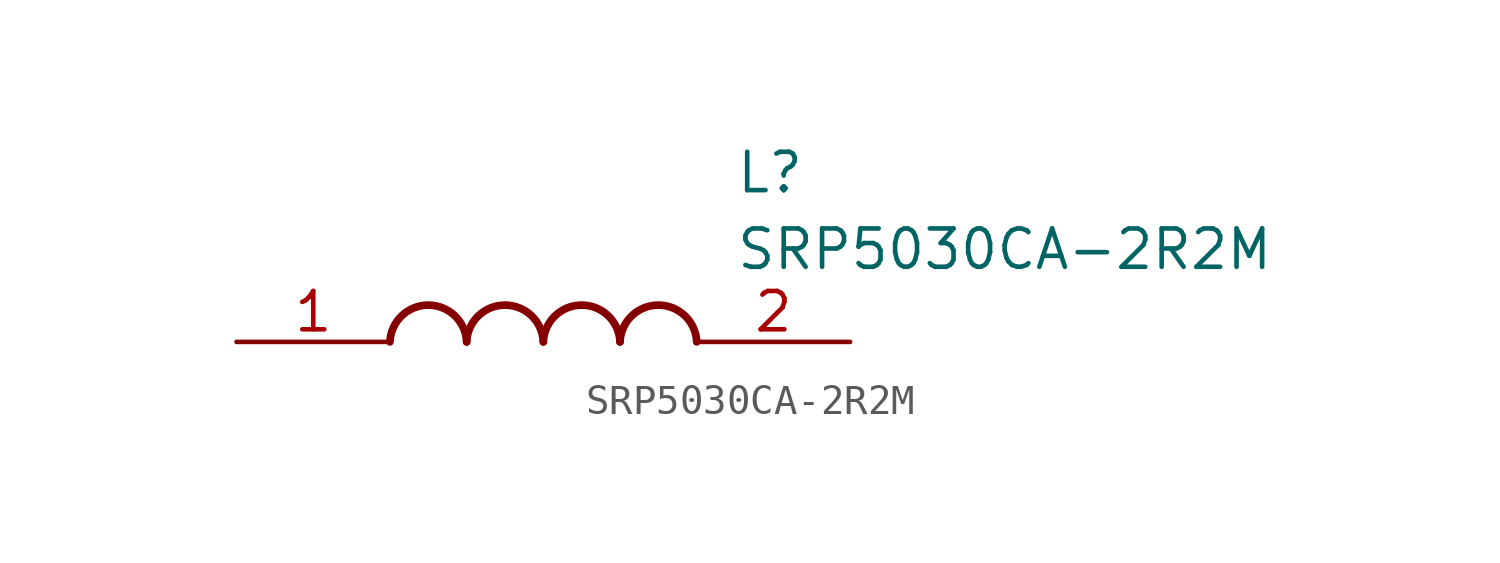
<source format=kicad_sym>
(kicad_symbol_lib
  (version 20211014)
  (generator SamacSys_ECAD_Model)
  (symbol "SRP5030CA-2R2M"
    (pin_names hide)
    (property "Reference" "L"
      (at 16.51 6.35 0)
      (effects (font (size 1.27 1.27)) (justify left top)))
    (property "Value" "SRP5030CA-2R2M"
      (at 16.51 3.81 0)
      (effects (font (size 1.27 1.27)) (justify left top)))
    (arc
      (start 7.62 0)
      (mid 6.35 1.219)
      (end 5.08 0)
      (stroke (width 0.254) (type default))
      (fill (type none)))
    (arc
      (start 10.16 0)
      (mid 8.89 1.219)
      (end 7.62 0)
      (stroke (width 0.254) (type default))
      (fill (type none)))
    (arc
      (start 12.7 0)
      (mid 11.43 1.219)
      (end 10.16 0)
      (stroke (width 0.254) (type default))
      (fill (type none)))
    (arc
      (start 15.24 0)
      (mid 13.97 1.219)
      (end 12.7 0)
      (stroke (width 0.254) (type default))
      (fill (type none)))
    (pin passive line
      (at 0 0 0)
      (length 5.08)
      (name "1" (effects (font (size 1.27 1.27))))
      (number "1" (effects (font (size 1.27 1.27)))))
    (pin passive line
      (at 20.32 0 180)
      (length 5.08)
      (name "2" (effects (font (size 1.27 1.27))))
      (number "2" (effects (font (size 1.27 1.27)))))))
</source>
